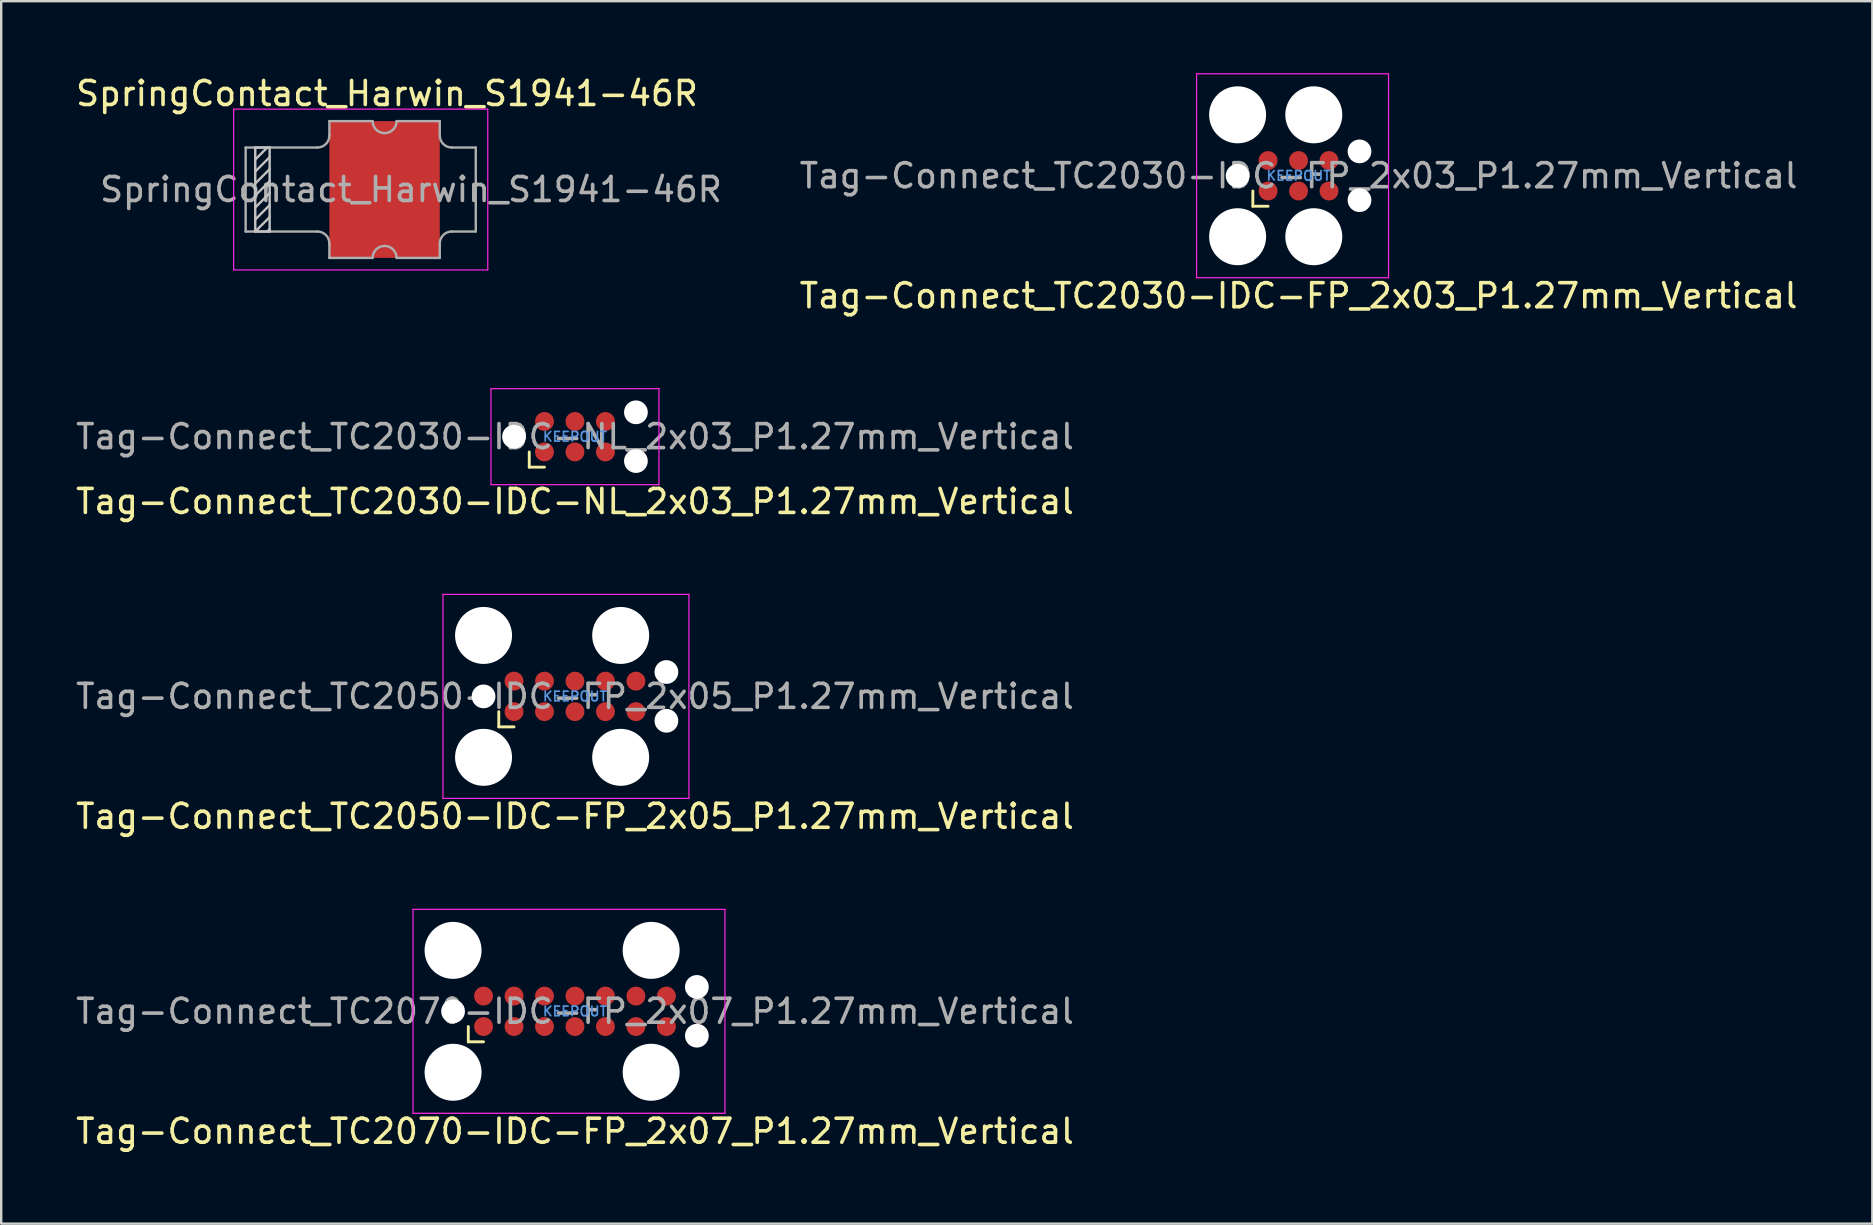
<source format=kicad_pcb>
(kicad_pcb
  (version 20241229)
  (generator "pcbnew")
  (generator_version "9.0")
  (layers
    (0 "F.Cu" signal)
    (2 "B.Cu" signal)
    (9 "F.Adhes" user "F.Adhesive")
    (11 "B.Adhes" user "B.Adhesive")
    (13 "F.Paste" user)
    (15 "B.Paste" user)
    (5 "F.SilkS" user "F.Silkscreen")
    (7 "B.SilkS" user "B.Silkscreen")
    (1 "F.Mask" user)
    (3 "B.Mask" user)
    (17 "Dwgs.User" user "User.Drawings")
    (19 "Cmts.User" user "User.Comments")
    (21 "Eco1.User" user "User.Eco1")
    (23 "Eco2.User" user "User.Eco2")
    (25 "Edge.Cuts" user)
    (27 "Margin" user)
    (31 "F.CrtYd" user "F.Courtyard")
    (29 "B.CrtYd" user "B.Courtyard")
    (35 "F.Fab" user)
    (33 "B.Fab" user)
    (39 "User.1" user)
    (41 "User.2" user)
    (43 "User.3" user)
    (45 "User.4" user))
  (footprint "Tag-Connect_TC2050-IDC-FP_2x05_P1.27mm_Vertical"
    (layer "F.Cu")
    (at 20.911 25.971)
    (property "Reference" "Tag-Connect_TC2050-IDC-FP_2x05_P1.27mm_Vertical" (at 0 5 0) (layer "F.SilkS") (effects (font (size 1 1) (thickness 0.15))))
    (attr exclude_from_pos_files exclude_from_bom)
    (fp_line (start -3.175 1.27) (end -3.175 0.635) (stroke (width 0.12) (type solid)) (layer "F.SilkS"))
    (fp_line (start -2.54 1.27) (end -3.175 1.27) (stroke (width 0.12) (type solid)) (layer "F.SilkS"))
    (fp_line (start -5.5 -4.25) (end 4.75 -4.25) (stroke (width 0.05) (type solid)) (layer "F.CrtYd"))
    (fp_line (start -5.5 4.25) (end -5.5 -4.25) (stroke (width 0.05) (type solid)) (layer "F.CrtYd"))
    (fp_line (start 4.75 -4.25) (end 4.75 4.25) (stroke (width 0.05) (type solid)) (layer "F.CrtYd"))
    (fp_line (start 4.75 4.25) (end -5.5 4.25) (stroke (width 0.05) (type solid)) (layer "F.CrtYd"))
    (fp_text user "KEEPOUT" (at 0 0 0) (layer "Cmts.User") (effects (font (size 0.4 0.4) (thickness 0.07))))
    (fp_text user "${REFERENCE}" (at 0 0 0) (layer "F.Fab") (effects (font (size 1 1) (thickness 0.15))))
    (pad "" np_thru_hole circle (at -3.81 -2.54) (size 2.375 2.375) (drill 2.375) (layers "*.Cu" "*.Mask"))
    (pad "" np_thru_hole circle (at -3.81 0) (size 0.991 0.991) (drill 0.991) (layers "*.Cu" "*.Mask"))
    (pad "" np_thru_hole circle (at -3.81 2.54) (size 2.375 2.375) (drill 2.375) (layers "*.Cu" "*.Mask"))
    (pad "" np_thru_hole circle (at 1.905 -2.54) (size 2.375 2.375) (drill 2.375) (layers "*.Cu" "*.Mask"))
    (pad "" np_thru_hole circle (at 1.905 2.54) (size 2.375 2.375) (drill 2.375) (layers "*.Cu" "*.Mask"))
    (pad "" np_thru_hole circle (at 3.81 -1.016) (size 0.991 0.991) (drill 0.991) (layers "*.Cu" "*.Mask"))
    (pad "" np_thru_hole circle (at 3.81 1.016) (size 0.991 0.991) (drill 0.991) (layers "*.Cu" "*.Mask"))
    (pad "1" connect circle (at -2.54 0.635) (size 0.787 0.787) (layers "F.Cu" "F.Mask"))
    (pad "2" connect circle (at -1.27 0.635) (size 0.787 0.787) (layers "F.Cu" "F.Mask"))
    (pad "3" connect circle (at 0 0.635) (size 0.787 0.787) (layers "F.Cu" "F.Mask"))
    (pad "4" connect circle (at 1.27 0.635) (size 0.787 0.787) (layers "F.Cu" "F.Mask"))
    (pad "5" connect circle (at 2.54 0.635) (size 0.787 0.787) (layers "F.Cu" "F.Mask"))
    (pad "6" connect circle (at 2.54 -0.635) (size 0.787 0.787) (layers "F.Cu" "F.Mask"))
    (pad "7" connect circle (at 1.27 -0.635) (size 0.787 0.787) (layers "F.Cu" "F.Mask"))
    (pad "8" connect circle (at 0 -0.635) (size 0.787 0.787) (layers "F.Cu" "F.Mask"))
    (pad "9" connect circle (at -1.27 -0.635) (size 0.787 0.787) (layers "F.Cu" "F.Mask"))
    (pad "10" connect circle (at -2.54 -0.635) (size 0.787 0.787) (layers "F.Cu" "F.Mask"))
    (zone (net_name "") (layer "F.Cu") (hatch full 0.508) (connect_pads) (min_thickness 0.254) (filled_areas_thickness no) (keepout (tracks allowed) (vias not_allowed) (pads allowed) (copperpour not_allowed) (footprints not_allowed)) (placement (enabled no)) (fill) (polygon (pts (xy 18.371 26.607) (xy 23.451 26.607) (xy 23.451 25.337) (xy 18.371 25.337)))))
  (footprint "Tag-Connect_TC2030-IDC-FP_2x03_P1.27mm_Vertical"
    (layer "F.Cu")
    (at 51.065 4.275)
    (property "Reference" "Tag-Connect_TC2030-IDC-FP_2x03_P1.27mm_Vertical" (at 0 5 0) (layer "F.SilkS") (effects (font (size 1 1) (thickness 0.15))))
    (attr exclude_from_pos_files exclude_from_bom)
    (fp_line (start -1.905 1.27) (end -1.905 0.635) (stroke (width 0.12) (type solid)) (layer "F.SilkS"))
    (fp_line (start -1.27 1.27) (end -1.905 1.27) (stroke (width 0.12) (type solid)) (layer "F.SilkS"))
    (fp_line (start -4.25 -4.25) (end 3.75 -4.25) (stroke (width 0.05) (type solid)) (layer "F.CrtYd"))
    (fp_line (start -4.25 4.25) (end -4.25 -4.25) (stroke (width 0.05) (type solid)) (layer "F.CrtYd"))
    (fp_line (start 3.75 -4.25) (end 3.75 4.25) (stroke (width 0.05) (type solid)) (layer "F.CrtYd"))
    (fp_line (start 3.75 4.25) (end -4.25 4.25) (stroke (width 0.05) (type solid)) (layer "F.CrtYd"))
    (fp_text user "KEEPOUT" (at 0 0 0) (layer "Cmts.User") (effects (font (size 0.4 0.4) (thickness 0.07))))
    (fp_text user "${REFERENCE}" (at 0 0 0) (layer "F.Fab") (effects (font (size 1 1) (thickness 0.15))))
    (pad "" np_thru_hole circle (at -2.54 -2.54) (size 2.375 2.375) (drill 2.375) (layers "*.Cu" "*.Mask"))
    (pad "" np_thru_hole circle (at -2.54 0) (size 0.991 0.991) (drill 0.991) (layers "*.Cu" "*.Mask"))
    (pad "" np_thru_hole circle (at -2.54 2.54) (size 2.375 2.375) (drill 2.375) (layers "*.Cu" "*.Mask"))
    (pad "" np_thru_hole circle (at 0.635 -2.54) (size 2.375 2.375) (drill 2.375) (layers "*.Cu" "*.Mask"))
    (pad "" np_thru_hole circle (at 0.635 2.54) (size 2.375 2.375) (drill 2.375) (layers "*.Cu" "*.Mask"))
    (pad "" np_thru_hole circle (at 2.54 -1.016) (size 0.991 0.991) (drill 0.991) (layers "*.Cu" "*.Mask"))
    (pad "" np_thru_hole circle (at 2.54 1.016) (size 0.991 0.991) (drill 0.991) (layers "*.Cu" "*.Mask"))
    (pad "1" connect circle (at -1.27 0.635) (size 0.787 0.787) (layers "F.Cu" "F.Mask"))
    (pad "2" connect circle (at -1.27 -0.635) (size 0.787 0.787) (layers "F.Cu" "F.Mask"))
    (pad "3" connect circle (at 0 0.635) (size 0.787 0.787) (layers "F.Cu" "F.Mask"))
    (pad "4" connect circle (at 0 -0.635) (size 0.787 0.787) (layers "F.Cu" "F.Mask"))
    (pad "5" connect circle (at 1.27 0.635) (size 0.787 0.787) (layers "F.Cu" "F.Mask"))
    (pad "6" connect circle (at 1.27 -0.635) (size 0.787 0.787) (layers "F.Cu" "F.Mask"))
    (zone (net_name "") (layer "F.Cu") (hatch full 0.508) (connect_pads) (min_thickness 0.254) (filled_areas_thickness no) (keepout (tracks allowed) (vias not_allowed) (pads allowed) (copperpour not_allowed) (footprints not_allowed)) (placement (enabled no)) (fill) (polygon (pts (xy 52.335 3.64) (xy 49.795 3.64) (xy 49.795 4.91) (xy 52.335 4.91)))))
  (footprint "Tag-Connect_TC2070-IDC-FP_2x07_P1.27mm_Vertical"
    (layer "F.Cu")
    (at 20.911 39.095)
    (property "Reference" "Tag-Connect_TC2070-IDC-FP_2x07_P1.27mm_Vertical" (at 0 5 0) (layer "F.SilkS") (effects (font (size 1 1) (thickness 0.15))))
    (attr exclude_from_pos_files exclude_from_bom)
    (fp_line (start -4.445 0.635) (end -4.445 1.27) (stroke (width 0.12) (type solid)) (layer "F.SilkS"))
    (fp_line (start -4.445 1.27) (end -3.81 1.27) (stroke (width 0.12) (type solid)) (layer "F.SilkS"))
    (fp_line (start -6.75 -4.25) (end -6.75 4.25) (stroke (width 0.05) (type solid)) (layer "F.CrtYd"))
    (fp_line (start -6.75 4.25) (end 6.25 4.25) (stroke (width 0.05) (type solid)) (layer "F.CrtYd"))
    (fp_line (start 6.25 -4.25) (end -6.75 -4.25) (stroke (width 0.05) (type solid)) (layer "F.CrtYd"))
    (fp_line (start 6.25 4.25) (end 6.25 -4.25) (stroke (width 0.05) (type solid)) (layer "F.CrtYd"))
    (fp_text user "KEEPOUT" (at 0 0 0) (layer "Cmts.User") (effects (font (size 0.4 0.4) (thickness 0.07))))
    (fp_text user "${REFERENCE}" (at 0 0 0) (layer "F.Fab") (effects (font (size 1 1) (thickness 0.15))))
    (pad "" np_thru_hole circle (at -5.08 -2.54) (size 2.375 2.375) (drill 2.375) (layers "*.Cu" "*.Mask"))
    (pad "" np_thru_hole circle (at -5.08 0) (size 0.991 0.991) (drill 0.991) (layers "*.Cu" "*.Mask"))
    (pad "" np_thru_hole circle (at -5.08 2.54) (size 2.375 2.375) (drill 2.375) (layers "*.Cu" "*.Mask"))
    (pad "" np_thru_hole circle (at 3.175 -2.54) (size 2.375 2.375) (drill 2.375) (layers "*.Cu" "*.Mask"))
    (pad "" np_thru_hole circle (at 3.175 2.54) (size 2.375 2.375) (drill 2.375) (layers "*.Cu" "*.Mask"))
    (pad "" np_thru_hole circle (at 5.08 -1.016) (size 0.991 0.991) (drill 0.991) (layers "*.Cu" "*.Mask"))
    (pad "" np_thru_hole circle (at 5.08 1.016) (size 0.991 0.991) (drill 0.991) (layers "*.Cu" "*.Mask"))
    (pad "1" connect circle (at -3.81 0.635) (size 0.787 0.787) (layers "F.Cu" "F.Mask"))
    (pad "2" connect circle (at -2.54 0.635) (size 0.787 0.787) (layers "F.Cu" "F.Mask"))
    (pad "3" connect circle (at -1.27 0.635) (size 0.787 0.787) (layers "F.Cu" "F.Mask"))
    (pad "4" connect circle (at 0 0.635) (size 0.787 0.787) (layers "F.Cu" "F.Mask"))
    (pad "5" connect circle (at 1.27 0.635) (size 0.787 0.787) (layers "F.Cu" "F.Mask"))
    (pad "6" connect circle (at 2.54 0.635) (size 0.787 0.787) (layers "F.Cu" "F.Mask"))
    (pad "7" connect circle (at 3.81 0.635) (size 0.787 0.787) (layers "F.Cu" "F.Mask"))
    (pad "8" connect circle (at 3.81 -0.635) (size 0.787 0.787) (layers "F.Cu" "F.Mask"))
    (pad "9" connect circle (at 2.54 -0.635) (size 0.787 0.787) (layers "F.Cu" "F.Mask"))
    (pad "10" connect circle (at 1.27 -0.635) (size 0.787 0.787) (layers "F.Cu" "F.Mask"))
    (pad "11" connect circle (at 0 -0.635) (size 0.787 0.787) (layers "F.Cu" "F.Mask"))
    (pad "12" connect circle (at -1.27 -0.635) (size 0.787 0.787) (layers "F.Cu" "F.Mask"))
    (pad "13" connect circle (at -2.54 -0.635) (size 0.787 0.787) (layers "F.Cu" "F.Mask"))
    (pad "14" connect circle (at -3.81 -0.635) (size 0.787 0.787) (layers "F.Cu" "F.Mask"))
    (zone (net_name "") (layer "F.Cu") (hatch full 0.508) (connect_pads) (min_thickness 0.254) (filled_areas_thickness no) (keepout (tracks allowed) (vias not_allowed) (pads allowed) (copperpour not_allowed) (footprints not_allowed)) (placement (enabled no)) (fill) (polygon (pts (xy 24.721 38.46) (xy 17.101 38.46) (xy 17.101 39.73) (xy 24.721 39.73)))))
  (footprint "Tag-Connect_TC2030-IDC-NL_2x03_P1.27mm_Vertical"
    (layer "F.Cu")
    (at 20.911 15.148)
    (property "Reference" "Tag-Connect_TC2030-IDC-NL_2x03_P1.27mm_Vertical" (at 0 2.7 0) (layer "F.SilkS") (effects (font (size 1 1) (thickness 0.15))))
    (attr exclude_from_pos_files exclude_from_bom)
    (fp_line (start -1.905 1.27) (end -1.905 0.635) (stroke (width 0.12) (type solid)) (layer "F.SilkS"))
    (fp_line (start -1.27 1.27) (end -1.905 1.27) (stroke (width 0.12) (type solid)) (layer "F.SilkS"))
    (fp_line (start -3.5 -2) (end 3.5 -2) (stroke (width 0.05) (type solid)) (layer "F.CrtYd"))
    (fp_line (start -3.5 2) (end -3.5 -2) (stroke (width 0.05) (type solid)) (layer "F.CrtYd"))
    (fp_line (start 3.5 -2) (end 3.5 2) (stroke (width 0.05) (type solid)) (layer "F.CrtYd"))
    (fp_line (start 3.5 2) (end -3.5 2) (stroke (width 0.05) (type solid)) (layer "F.CrtYd"))
    (fp_text user "KEEPOUT" (at 0 0 0) (layer "Cmts.User") (effects (font (size 0.4 0.4) (thickness 0.07))))
    (fp_text user "${REFERENCE}" (at 0 0 0) (layer "F.Fab") (effects (font (size 1 1) (thickness 0.15))))
    (pad "" np_thru_hole circle (at -2.54 0) (size 0.991 0.991) (drill 0.991) (layers "*.Cu" "*.Mask"))
    (pad "" np_thru_hole circle (at 2.54 -1.016) (size 0.991 0.991) (drill 0.991) (layers "*.Cu" "*.Mask"))
    (pad "" np_thru_hole circle (at 2.54 1.016) (size 0.991 0.991) (drill 0.991) (layers "*.Cu" "*.Mask"))
    (pad "1" connect circle (at -1.27 0.635) (size 0.787 0.787) (layers "F.Cu" "F.Mask"))
    (pad "2" connect circle (at -1.27 -0.635) (size 0.787 0.787) (layers "F.Cu" "F.Mask"))
    (pad "3" connect circle (at 0 0.635) (size 0.787 0.787) (layers "F.Cu" "F.Mask"))
    (pad "4" connect circle (at 0 -0.635) (size 0.787 0.787) (layers "F.Cu" "F.Mask"))
    (pad "5" connect circle (at 1.27 0.635) (size 0.787 0.787) (layers "F.Cu" "F.Mask"))
    (pad "6" connect circle (at 1.27 -0.635) (size 0.787 0.787) (layers "F.Cu" "F.Mask"))
    (zone (net_name "") (layer "F.Cu") (hatch full 0.508) (connect_pads) (min_thickness 0.254) (filled_areas_thickness no) (keepout (tracks allowed) (vias not_allowed) (pads allowed) (copperpour not_allowed) (footprints not_allowed)) (placement (enabled no)) (fill) (polygon (pts (xy 22.181 14.513) (xy 19.641 14.513) (xy 19.641 15.783) (xy 22.181 15.783)))))
  (footprint "SpringContact_Harwin_S1941-46R"
    (layer "F.Cu")
    (at 14.077 4.848)
    (property "Reference" "SpringContact_Harwin_S1941-46R" (at -1 -4 0) (layer "F.SilkS") (effects (font (size 1 1) (thickness 0.15))))
    (attr smd)
    (fp_line (start -6.49 -1.75) (end -6.49 1.75) (stroke (width 0.1) (type solid)) (layer "Dwgs.User"))
    (fp_line (start -6.49 -0.75) (end -5.89 -1.35) (stroke (width 0.1) (type solid)) (layer "Dwgs.User"))
    (fp_line (start -6.49 0.25) (end -5.89 -0.35) (stroke (width 0.1) (type solid)) (layer "Dwgs.User"))
    (fp_line (start -6.49 1.25) (end -5.89 0.65) (stroke (width 0.1) (type solid)) (layer "Dwgs.User"))
    (fp_line (start -6.49 1.75) (end -5.89 1.75) (stroke (width 0.1) (type solid)) (layer "Dwgs.User"))
    (fp_line (start -5.99 -1.75) (end -6.49 -1.25) (stroke (width 0.1) (type solid)) (layer "Dwgs.User"))
    (fp_line (start -5.89 -1.75) (end -6.49 -1.75) (stroke (width 0.1) (type solid)) (layer "Dwgs.User"))
    (fp_line (start -5.89 -0.85) (end -6.49 -0.25) (stroke (width 0.1) (type solid)) (layer "Dwgs.User"))
    (fp_line (start -5.89 0.15) (end -6.49 0.75) (stroke (width 0.1) (type solid)) (layer "Dwgs.User"))
    (fp_line (start -5.89 1.15) (end -6.49 1.75) (stroke (width 0.1) (type solid)) (layer "Dwgs.User"))
    (fp_line (start -5.89 1.65) (end -5.99 1.75) (stroke (width 0.1) (type solid)) (layer "Dwgs.User"))
    (fp_line (start -5.89 1.75) (end -5.89 -1.75) (stroke (width 0.1) (type solid)) (layer "Dwgs.User"))
    (fp_line (start -7.39 -3.35) (end 3.2 -3.35) (stroke (width 0.05) (type solid)) (layer "F.CrtYd"))
    (fp_line (start -7.39 3.35) (end -7.39 -3.35) (stroke (width 0.05) (type solid)) (layer "F.CrtYd"))
    (fp_line (start 3.2 -3.35) (end 3.2 3.35) (stroke (width 0.05) (type solid)) (layer "F.CrtYd"))
    (fp_line (start 3.2 3.35) (end -7.39 3.35) (stroke (width 0.05) (type solid)) (layer "F.CrtYd"))
    (fp_line (start -6.89 -1.75) (end -3.9 -1.75) (stroke (width 0.1) (type solid)) (layer "F.Fab"))
    (fp_line (start -6.89 1.75) (end -6.89 -1.75) (stroke (width 0.1) (type solid)) (layer "F.Fab"))
    (fp_line (start -6.89 1.75) (end -3.9 1.75) (stroke (width 0.1) (type solid)) (layer "F.Fab"))
    (fp_line (start -3.4 -2.25) (end -3.4 -2.85) (stroke (width 0.1) (type solid)) (layer "F.Fab"))
    (fp_line (start -3.4 2.25) (end -3.4 2.85) (stroke (width 0.1) (type solid)) (layer "F.Fab"))
    (fp_line (start -1.6 -2.85) (end -3.4 -2.85) (stroke (width 0.1) (type solid)) (layer "F.Fab"))
    (fp_line (start -1.6 2.85) (end -3.4 2.85) (stroke (width 0.1) (type solid)) (layer "F.Fab"))
    (fp_line (start -0.6 -2.85) (end 1.2 -2.85) (stroke (width 0.1) (type solid)) (layer "F.Fab"))
    (fp_line (start -0.6 2.85) (end 1.2 2.85) (stroke (width 0.1) (type solid)) (layer "F.Fab"))
    (fp_line (start 1.2 -2.25) (end 1.2 -2.85) (stroke (width 0.1) (type solid)) (layer "F.Fab"))
    (fp_line (start 1.2 2.25) (end 1.2 2.85) (stroke (width 0.1) (type solid)) (layer "F.Fab"))
    (fp_line (start 1.7 -1.75) (end 2.7 -1.75) (stroke (width 0.1) (type solid)) (layer "F.Fab"))
    (fp_line (start 1.7 1.75) (end 2.7 1.75) (stroke (width 0.1) (type solid)) (layer "F.Fab"))
    (fp_line (start 2.7 -1.75) (end 2.7 1.75) (stroke (width 0.1) (type solid)) (layer "F.Fab"))
    (fp_arc (start -3.9 1.75) (mid -3.546447 1.896447) (end -3.4 2.25) (stroke (width 0.1) (type solid)) (layer "F.Fab"))
    (fp_arc (start -3.4 -2.25) (mid -3.546447 -1.896447) (end -3.9 -1.75) (stroke (width 0.1) (type solid)) (layer "F.Fab"))
    (fp_arc (start -1.6 2.85) (mid -1.1 2.35) (end -0.6 2.85) (stroke (width 0.1) (type solid)) (layer "F.Fab"))
    (fp_arc (start -0.6 -2.85) (mid -1.1 -2.35) (end -1.6 -2.85) (stroke (width 0.1) (type solid)) (layer "F.Fab"))
    (fp_arc (start 1.2 2.25) (mid 1.346447 1.896447) (end 1.7 1.75) (stroke (width 0.1) (type solid)) (layer "F.Fab"))
    (fp_arc (start 1.7 -1.75) (mid 1.346447 -1.896447) (end 1.2 -2.25) (stroke (width 0.1) (type solid)) (layer "F.Fab"))
    (fp_text user "${REFERENCE}" (at 0 0 0) (layer "F.Fab") (effects (font (size 1 1) (thickness 0.15))))
    (pad "1" smd rect (at -1.1 0) (size 4.6 5.7) (layers "F.Cu" "F.Mask" "F.Paste")))
  (gr_rect
    (start -3 -3)
    (end 74.976 47.943)
    (stroke (width 0.1) (type default))
    (fill no)
    (layer "Edge.Cuts")))
</source>
